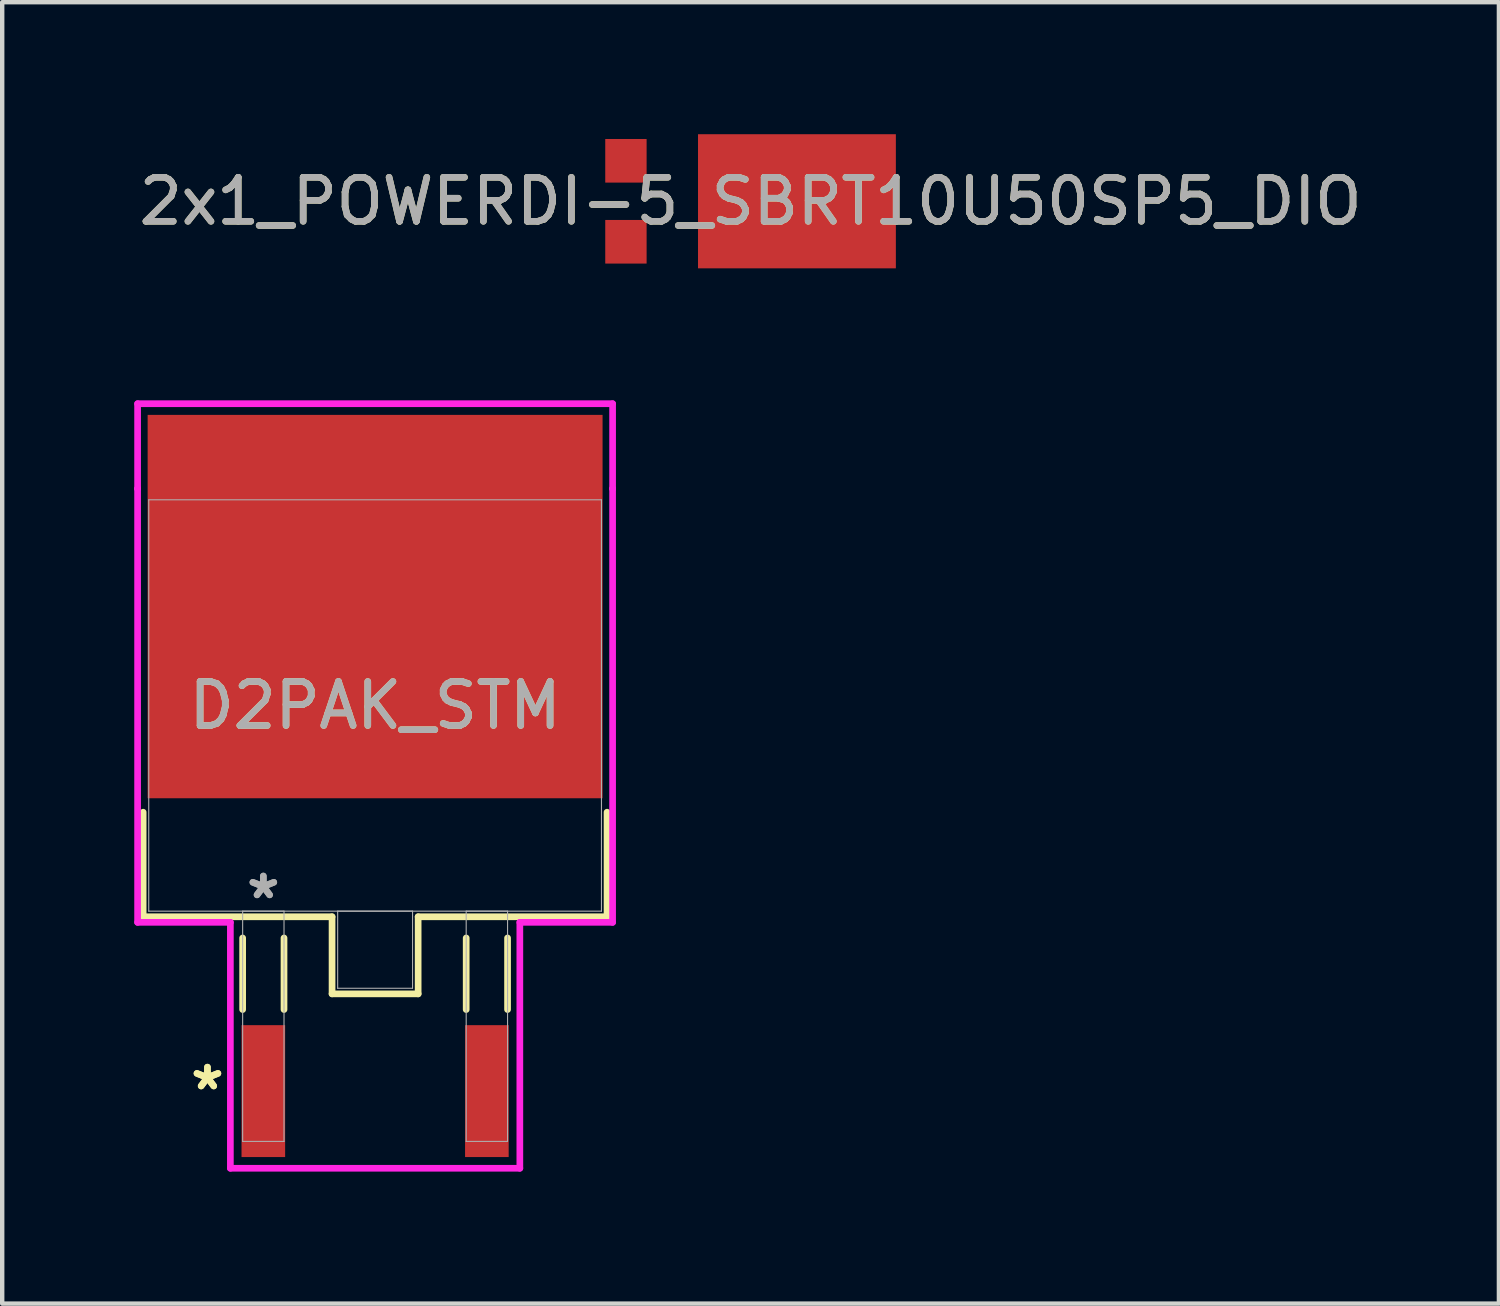
<source format=kicad_pcb>
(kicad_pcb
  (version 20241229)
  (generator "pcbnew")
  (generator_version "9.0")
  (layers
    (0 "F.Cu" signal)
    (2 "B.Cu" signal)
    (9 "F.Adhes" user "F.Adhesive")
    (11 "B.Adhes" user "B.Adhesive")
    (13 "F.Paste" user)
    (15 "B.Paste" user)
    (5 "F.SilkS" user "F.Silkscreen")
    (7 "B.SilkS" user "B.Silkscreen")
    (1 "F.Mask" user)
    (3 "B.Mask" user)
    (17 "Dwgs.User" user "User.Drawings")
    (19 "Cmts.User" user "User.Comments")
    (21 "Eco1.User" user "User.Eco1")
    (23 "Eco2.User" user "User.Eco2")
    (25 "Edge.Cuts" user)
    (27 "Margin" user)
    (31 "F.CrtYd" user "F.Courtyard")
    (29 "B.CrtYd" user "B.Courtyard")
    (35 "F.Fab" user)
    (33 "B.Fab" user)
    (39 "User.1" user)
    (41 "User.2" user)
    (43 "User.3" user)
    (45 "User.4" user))
  (footprint "2x1_POWERDI-5_SBRT10U50SP5_DIO"
    (layer "F.Cu")
    (at 14.006 1.524)
    (property "Reference" "2x1_POWERDI-5_SBRT10U50SP5_DIO" (at 0 0 0) (unlocked yes) (layer "F.SilkS") (effects (font (size 1 1) (thickness 0.15))))
    (attr smd)
    (fp_text user "${REFERENCE}" (at 0 0 0) (unlocked yes) (layer "F.Fab") (effects (font (size 1 1) (thickness 0.15))))
    (pad "1" smd rect (at 1.054 0) (size 4.496 3.048) (layers "F.Cu" "F.Mask" "F.Paste"))
    (pad "2" smd rect (at -2.832 -0.92) (size 0.94 0.991) (layers "F.Cu" "F.Mask" "F.Paste"))
    (pad "2" smd rect (at -2.832 0.92) (size 0.94 0.991) (layers "F.Cu" "F.Mask" "F.Paste")))
  (footprint "D2PAK_STM"
    (layer "F.Cu")
    (at 5.474 12.982)
    (property "Reference" "D2PAK_STM" (at 0 0 0) (unlocked yes) (layer "F.SilkS") (effects (font (size 1 1) (thickness 0.15))))
    (attr smd)
    (fp_line (start -5.271 2.425) (end -5.271 4.801) (stroke (width 0.152) (type solid)) (layer "F.SilkS"))
    (fp_line (start -5.271 4.801) (end -0.978 4.801) (stroke (width 0.152) (type solid)) (layer "F.SilkS"))
    (fp_line (start -3.01 5.283) (end -3.01 6.909) (stroke (width 0.152) (type solid)) (layer "F.SilkS"))
    (fp_line (start -2.07 5.283) (end -2.07 6.909) (stroke (width 0.152) (type solid)) (layer "F.SilkS"))
    (fp_line (start -0.978 4.801) (end -0.978 6.553) (stroke (width 0.152) (type solid)) (layer "F.SilkS"))
    (fp_line (start -0.978 6.553) (end 0.978 6.553) (stroke (width 0.152) (type solid)) (layer "F.SilkS"))
    (fp_line (start 0.978 4.801) (end 5.271 4.801) (stroke (width 0.152) (type solid)) (layer "F.SilkS"))
    (fp_line (start 0.978 6.553) (end 0.978 4.801) (stroke (width 0.152) (type solid)) (layer "F.SilkS"))
    (fp_line (start 2.07 5.283) (end 2.07 6.909) (stroke (width 0.152) (type solid)) (layer "F.SilkS"))
    (fp_line (start 3.01 5.283) (end 3.01 6.909) (stroke (width 0.152) (type solid)) (layer "F.SilkS"))
    (fp_line (start 5.271 4.801) (end 5.271 2.425) (stroke (width 0.152) (type solid)) (layer "F.SilkS"))
    (fp_line (start -5.397 -6.858) (end 5.397 -6.858) (stroke (width 0.152) (type solid)) (layer "F.CrtYd"))
    (fp_line (start -5.397 -4.928) (end -5.397 -6.858) (stroke (width 0.152) (type solid)) (layer "F.CrtYd"))
    (fp_line (start -5.397 -4.928) (end -5.397 -4.928) (stroke (width 0.152) (type solid)) (layer "F.CrtYd"))
    (fp_line (start -5.397 4.928) (end -5.397 -4.928) (stroke (width 0.152) (type solid)) (layer "F.CrtYd"))
    (fp_line (start -3.289 4.928) (end -5.397 4.928) (stroke (width 0.152) (type solid)) (layer "F.CrtYd"))
    (fp_line (start -3.289 10.516) (end -3.289 4.928) (stroke (width 0.152) (type solid)) (layer "F.CrtYd"))
    (fp_line (start 3.289 4.928) (end 3.289 10.516) (stroke (width 0.152) (type solid)) (layer "F.CrtYd"))
    (fp_line (start 3.289 10.516) (end -3.289 10.516) (stroke (width 0.152) (type solid)) (layer "F.CrtYd"))
    (fp_line (start 5.397 -6.858) (end 5.397 -4.928) (stroke (width 0.152) (type solid)) (layer "F.CrtYd"))
    (fp_line (start 5.397 -4.928) (end 5.397 -4.928) (stroke (width 0.152) (type solid)) (layer "F.CrtYd"))
    (fp_line (start 5.397 -4.928) (end 5.397 4.928) (stroke (width 0.152) (type solid)) (layer "F.CrtYd"))
    (fp_line (start 5.397 4.928) (end 3.289 4.928) (stroke (width 0.152) (type solid)) (layer "F.CrtYd"))
    (fp_line (start -5.144 -4.674) (end -5.144 4.674) (stroke (width 0.025) (type solid)) (layer "F.Fab"))
    (fp_line (start -5.144 4.674) (end 5.144 4.674) (stroke (width 0.025) (type solid)) (layer "F.Fab"))
    (fp_line (start -3.01 4.674) (end -3.01 9.906) (stroke (width 0.025) (type solid)) (layer "F.Fab"))
    (fp_line (start -3.01 9.906) (end -2.07 9.906) (stroke (width 0.025) (type solid)) (layer "F.Fab"))
    (fp_line (start -2.07 4.674) (end -3.01 4.674) (stroke (width 0.025) (type solid)) (layer "F.Fab"))
    (fp_line (start -2.07 9.906) (end -2.07 4.674) (stroke (width 0.025) (type solid)) (layer "F.Fab"))
    (fp_line (start -0.851 4.674) (end -0.851 6.426) (stroke (width 0.025) (type solid)) (layer "F.Fab"))
    (fp_line (start -0.851 6.426) (end 0.851 6.426) (stroke (width 0.025) (type solid)) (layer "F.Fab"))
    (fp_line (start 0.851 4.674) (end -0.851 4.674) (stroke (width 0.025) (type solid)) (layer "F.Fab"))
    (fp_line (start 0.851 6.426) (end 0.851 4.674) (stroke (width 0.025) (type solid)) (layer "F.Fab"))
    (fp_line (start 2.07 4.674) (end 2.07 9.906) (stroke (width 0.025) (type solid)) (layer "F.Fab"))
    (fp_line (start 2.07 9.906) (end 3.01 9.906) (stroke (width 0.025) (type solid)) (layer "F.Fab"))
    (fp_line (start 3.01 4.674) (end 2.07 4.674) (stroke (width 0.025) (type solid)) (layer "F.Fab"))
    (fp_line (start 3.01 9.906) (end 3.01 4.674) (stroke (width 0.025) (type solid)) (layer "F.Fab"))
    (fp_line (start 5.144 -4.674) (end -5.144 -4.674) (stroke (width 0.025) (type solid)) (layer "F.Fab"))
    (fp_line (start 5.144 4.674) (end 5.144 -4.674) (stroke (width 0.025) (type solid)) (layer "F.Fab"))
    (fp_text user "*" (at -3.81 8.763 0) (unlocked yes) (layer "F.SilkS") (effects (font (size 1 1) (thickness 0.15))))
    (fp_text user "*" (at -3.81 8.763 0) (layer "F.SilkS") (effects (font (size 1 1) (thickness 0.15))))
    (fp_text user "*" (at -2.54 4.42 0) (layer "F.Fab") (effects (font (size 1 1) (thickness 0.15))))
    (fp_text user "*" (at -2.54 4.42 0) (unlocked yes) (layer "F.Fab") (effects (font (size 1 1) (thickness 0.15))))
    (fp_text user "${REFERENCE}" (at 0 0 0) (unlocked yes) (layer "F.Fab") (effects (font (size 1 1) (thickness 0.15))))
    (pad "1" smd rect (at -2.54 8.763) (size 0.991 2.997) (layers "F.Cu" "F.Mask" "F.Paste"))
    (pad "2" smd rect (at 2.54 8.763) (size 0.991 2.997) (layers "F.Cu" "F.Mask" "F.Paste"))
    (pad "3" smd rect (at 0 -2.248) (size 10.338 8.712) (layers "F.Cu" "F.Mask" "F.Paste")))
  (gr_rect
    (start -3 -3)
    (end 31.012 26.574)
    (stroke (width 0.1) (type default))
    (fill no)
    (layer "Edge.Cuts")))
</source>
